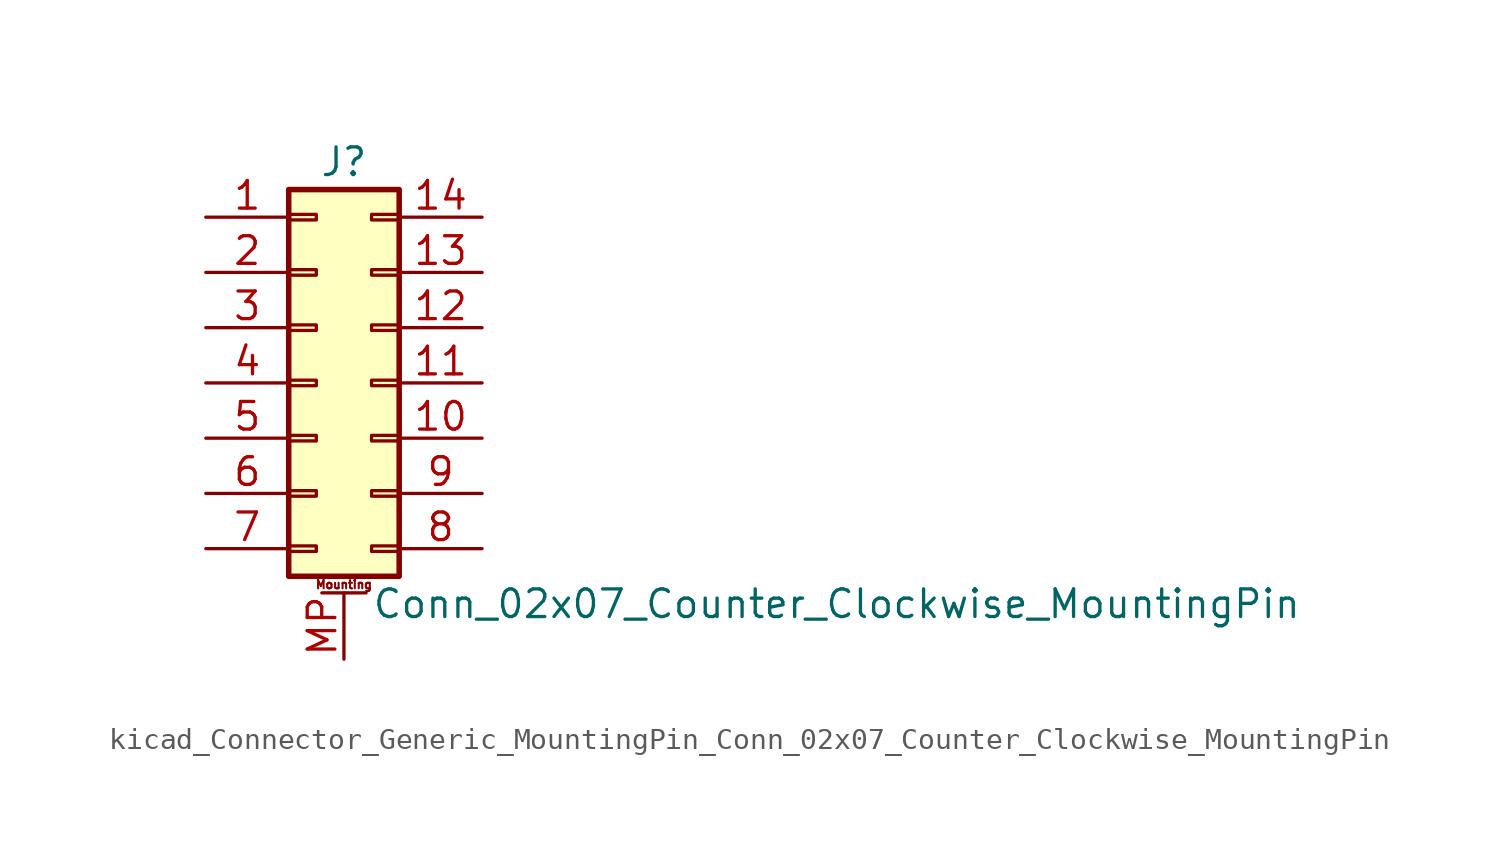
<source format=kicad_sym>
(kicad_symbol_lib
  (version 20220914)
  (generator kicad_symbol_editor)
  (symbol "kicad_Connector_Generic_MountingPin_Conn_02x07_Counter_Clockwise_MountingPin"
    (pin_names
      (offset 1.016) hide)
    (property "Reference" "J"
      (at 1.27 10.16 0)
      (effects (font (size 1.27 1.27))))
    (property "Value" "Conn_02x07_Counter_Clockwise_MountingPin"
      (at 2.54 -10.16 0)
      (effects (font (size 1.27 1.27)) (justify left)))
    (symbol "kicad_Connector_Generic_MountingPin_Conn_02x07_Counter_Clockwise_MountingPin_1_1"
      (rectangle (start -1.27 -7.493) (end 0 -7.747) (stroke (width 0.152) (type default)) (fill (type none)))
      (rectangle (start -1.27 -4.953) (end 0 -5.207) (stroke (width 0.152) (type default)) (fill (type none)))
      (rectangle (start -1.27 -2.413) (end 0 -2.667) (stroke (width 0.152) (type default)) (fill (type none)))
      (rectangle (start -1.27 0.127) (end 0 -0.127) (stroke (width 0.152) (type default)) (fill (type none)))
      (rectangle (start -1.27 2.667) (end 0 2.413) (stroke (width 0.152) (type default)) (fill (type none)))
      (rectangle (start -1.27 5.207) (end 0 4.953) (stroke (width 0.152) (type default)) (fill (type none)))
      (rectangle (start -1.27 7.747) (end 0 7.493) (stroke (width 0.152) (type default)) (fill (type none)))
      (rectangle (start -1.27 8.89) (end 3.81 -8.89) (stroke (width 0.254) (type default)) (fill (type background)))
      (polyline (pts (xy 0.254 -9.652) (xy 2.286 -9.652)) (stroke (width 0.152) (type default)) (fill (type none)))
      (rectangle (start 3.81 -7.493) (end 2.54 -7.747) (stroke (width 0.152) (type default)) (fill (type none)))
      (rectangle (start 3.81 -4.953) (end 2.54 -5.207) (stroke (width 0.152) (type default)) (fill (type none)))
      (rectangle (start 3.81 -2.413) (end 2.54 -2.667) (stroke (width 0.152) (type default)) (fill (type none)))
      (rectangle (start 3.81 0.127) (end 2.54 -0.127) (stroke (width 0.152) (type default)) (fill (type none)))
      (rectangle (start 3.81 2.667) (end 2.54 2.413) (stroke (width 0.152) (type default)) (fill (type none)))
      (rectangle (start 3.81 5.207) (end 2.54 4.953) (stroke (width 0.152) (type default)) (fill (type none)))
      (rectangle (start 3.81 7.747) (end 2.54 7.493) (stroke (width 0.152) (type default)) (fill (type none)))
      (text "Mounting" (at 1.27 -9.271 0) (effects (font (size 0.381 0.381))))
      (pin passive line (at -5.08 7.62 0) (length 3.81) (name "Pin_1" (effects (font (size 1.27 1.27)))) (number "1" (effects (font (size 1.27 1.27)))))
      (pin passive line (at 7.62 -2.54 180) (length 3.81) (name "Pin_10" (effects (font (size 1.27 1.27)))) (number "10" (effects (font (size 1.27 1.27)))))
      (pin passive line (at 7.62 0 180) (length 3.81) (name "Pin_11" (effects (font (size 1.27 1.27)))) (number "11" (effects (font (size 1.27 1.27)))))
      (pin passive line (at 7.62 2.54 180) (length 3.81) (name "Pin_12" (effects (font (size 1.27 1.27)))) (number "12" (effects (font (size 1.27 1.27)))))
      (pin passive line (at 7.62 5.08 180) (length 3.81) (name "Pin_13" (effects (font (size 1.27 1.27)))) (number "13" (effects (font (size 1.27 1.27)))))
      (pin passive line (at 7.62 7.62 180) (length 3.81) (name "Pin_14" (effects (font (size 1.27 1.27)))) (number "14" (effects (font (size 1.27 1.27)))))
      (pin passive line (at -5.08 5.08 0) (length 3.81) (name "Pin_2" (effects (font (size 1.27 1.27)))) (number "2" (effects (font (size 1.27 1.27)))))
      (pin passive line (at -5.08 2.54 0) (length 3.81) (name "Pin_3" (effects (font (size 1.27 1.27)))) (number "3" (effects (font (size 1.27 1.27)))))
      (pin passive line (at -5.08 0 0) (length 3.81) (name "Pin_4" (effects (font (size 1.27 1.27)))) (number "4" (effects (font (size 1.27 1.27)))))
      (pin passive line (at -5.08 -2.54 0) (length 3.81) (name "Pin_5" (effects (font (size 1.27 1.27)))) (number "5" (effects (font (size 1.27 1.27)))))
      (pin passive line (at -5.08 -5.08 0) (length 3.81) (name "Pin_6" (effects (font (size 1.27 1.27)))) (number "6" (effects (font (size 1.27 1.27)))))
      (pin passive line (at -5.08 -7.62 0) (length 3.81) (name "Pin_7" (effects (font (size 1.27 1.27)))) (number "7" (effects (font (size 1.27 1.27)))))
      (pin passive line (at 7.62 -7.62 180) (length 3.81) (name "Pin_8" (effects (font (size 1.27 1.27)))) (number "8" (effects (font (size 1.27 1.27)))))
      (pin passive line (at 7.62 -5.08 180) (length 3.81) (name "Pin_9" (effects (font (size 1.27 1.27)))) (number "9" (effects (font (size 1.27 1.27)))))
      (pin passive line (at 1.27 -12.7 90) (length 3.048) (name "MountPin" (effects (font (size 1.27 1.27)))) (number "MP" (effects (font (size 1.27 1.27))))))))
</source>
